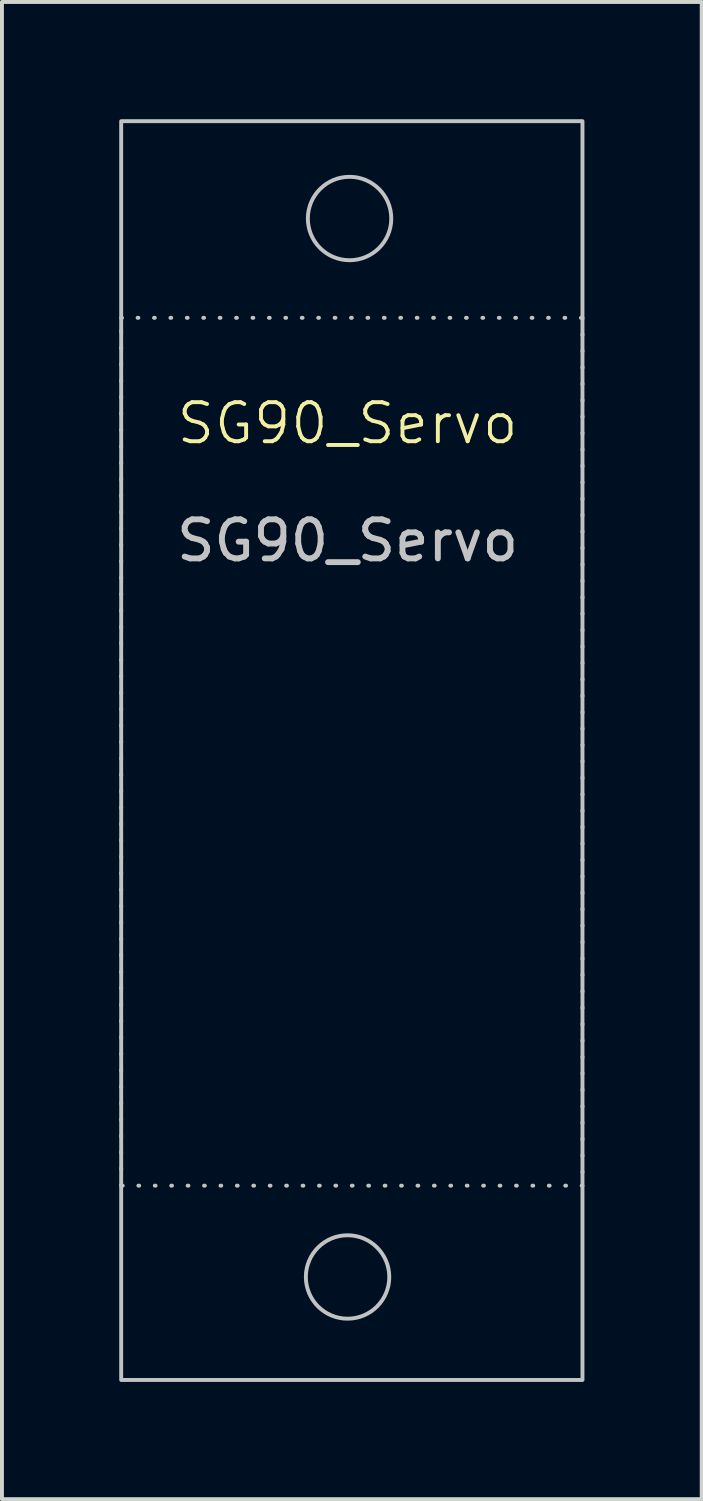
<source format=kicad_pcb>
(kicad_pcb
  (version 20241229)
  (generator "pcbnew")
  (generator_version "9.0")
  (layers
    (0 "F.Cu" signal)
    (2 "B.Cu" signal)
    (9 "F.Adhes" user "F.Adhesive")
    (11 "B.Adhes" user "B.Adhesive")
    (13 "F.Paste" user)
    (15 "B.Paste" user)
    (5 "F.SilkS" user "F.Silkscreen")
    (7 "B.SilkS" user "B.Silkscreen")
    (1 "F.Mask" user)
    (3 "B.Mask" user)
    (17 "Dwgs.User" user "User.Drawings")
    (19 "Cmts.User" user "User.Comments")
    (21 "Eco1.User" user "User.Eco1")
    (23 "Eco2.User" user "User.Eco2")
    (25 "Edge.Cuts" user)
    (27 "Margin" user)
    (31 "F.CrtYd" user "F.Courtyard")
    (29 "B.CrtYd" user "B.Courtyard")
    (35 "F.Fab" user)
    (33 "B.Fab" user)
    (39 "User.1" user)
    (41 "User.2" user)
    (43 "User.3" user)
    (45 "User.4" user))
  (footprint "SG90_Servo"
    (layer "F.Cu")
    (at 5.841 8.28)
    (property "Reference" "SG90_Servo" (at 0 -0.5 0) (unlocked yes) (layer "F.SilkS") (effects (font (size 1 1) (thickness 0.1))))
    (fp_rect (start -5.791 -8.23) (end 6.009 23.97) (stroke (width 0.1) (type default)) (fill no) (layer "Dwgs.User"))
    (fp_rect (start -5.791 -3.2) (end 6.009 19) (stroke (width 0.1) (type dot)) (fill no) (layer "Dwgs.User"))
    (fp_circle (center 0 21.336) (end 1.067 21.336) (stroke (width 0.1) (type default)) (fill no) (layer "Dwgs.User"))
    (fp_circle (center 0.051 -5.74) (end 1.118 -5.74) (stroke (width 0.1) (type default)) (fill no) (layer "Dwgs.User"))
    (fp_text user "${REFERENCE}" (at 0 2.5 0) (unlocked yes) (layer "Dwgs.User") (effects (font (size 1 1) (thickness 0.15)))))
  (gr_rect
    (start -3 -3)
    (end 14.9 35.3)
    (stroke (width 0.1) (type default))
    (fill no)
    (layer "Edge.Cuts")))
</source>
